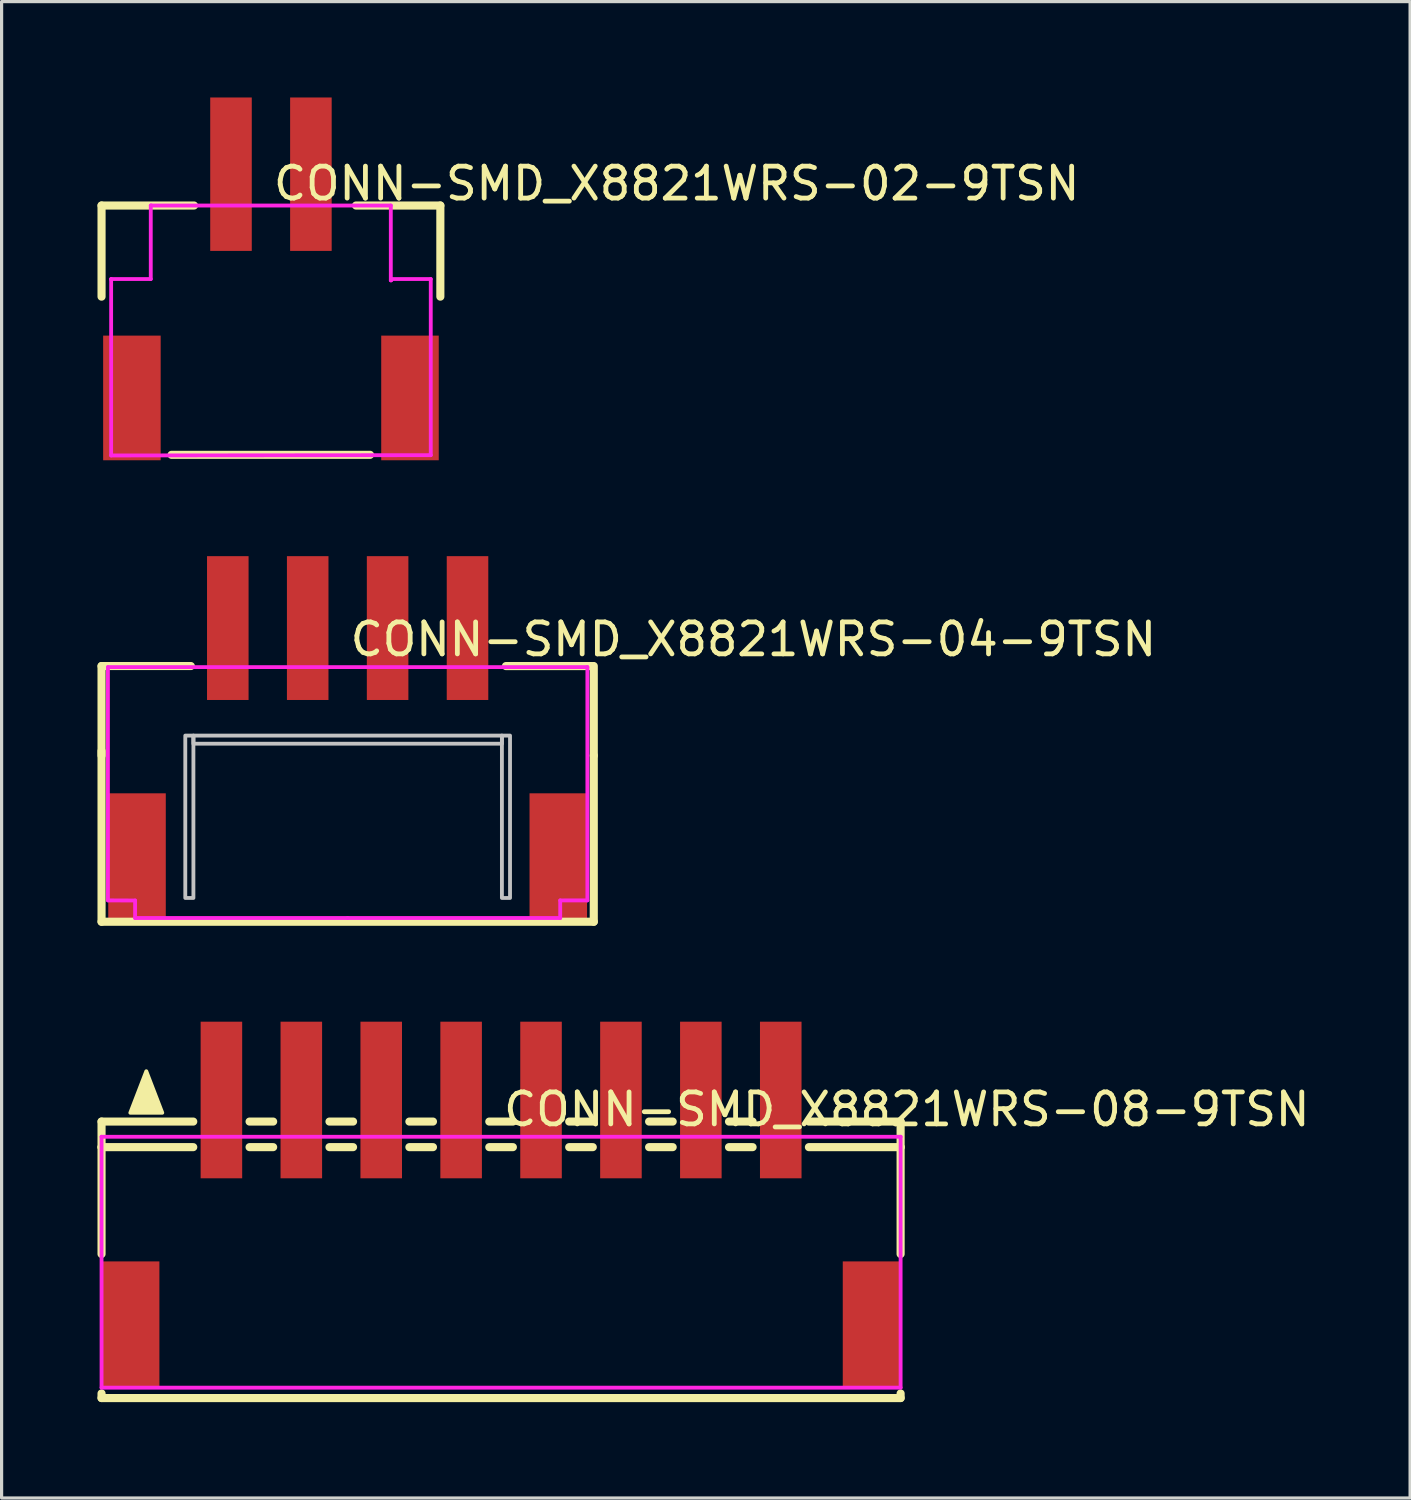
<source format=kicad_pcb>
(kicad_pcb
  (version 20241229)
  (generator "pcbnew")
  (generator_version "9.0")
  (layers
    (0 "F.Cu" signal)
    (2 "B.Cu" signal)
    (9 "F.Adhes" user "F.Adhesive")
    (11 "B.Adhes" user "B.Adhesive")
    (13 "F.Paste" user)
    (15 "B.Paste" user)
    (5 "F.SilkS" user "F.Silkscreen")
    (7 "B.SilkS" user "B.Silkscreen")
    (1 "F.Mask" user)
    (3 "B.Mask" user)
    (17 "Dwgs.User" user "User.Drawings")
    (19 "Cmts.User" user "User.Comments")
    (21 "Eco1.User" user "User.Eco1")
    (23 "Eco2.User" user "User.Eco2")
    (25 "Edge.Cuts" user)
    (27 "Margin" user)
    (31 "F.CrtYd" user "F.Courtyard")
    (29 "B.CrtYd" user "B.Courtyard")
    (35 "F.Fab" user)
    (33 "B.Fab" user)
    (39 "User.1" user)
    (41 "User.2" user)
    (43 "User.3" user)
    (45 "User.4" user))
  (footprint "CONN-SMD_X8821WRS-04-9TSN"
    (layer "F.Cu")
    (at 7.827 20.16)
    (property "Reference" "CONN-SMD_X8821WRS-04-9TSN" (at 0 -3.207 0) (layer "F.SilkS") (effects (font (size 1 1) (thickness 0.15)) (justify left)))
    (attr through_hole)
    (fp_line (start -7.7 -2.372) (end -7.7 0.429) (stroke (width 0.254) (type solid)) (layer "F.SilkS"))
    (fp_line (start -7.7 5.628) (end -7.7 0.286) (stroke (width 0.254) (type solid)) (layer "F.SilkS"))
    (fp_line (start -7.7 5.628) (end 7.7 5.628) (stroke (width 0.254) (type solid)) (layer "F.SilkS"))
    (fp_line (start -4.906 -2.372) (end -7.7 -2.372) (stroke (width 0.254) (type solid)) (layer "F.SilkS"))
    (fp_line (start 4.952 -2.371) (end 7.66 -2.371) (stroke (width 0.254) (type solid)) (layer "F.SilkS"))
    (fp_line (start 7.7 -2.372) (end 7.7 0.429) (stroke (width 0.254) (type solid)) (layer "F.SilkS"))
    (fp_line (start 7.7 5.628) (end 7.7 0.429) (stroke (width 0.254) (type solid)) (layer "F.SilkS"))
    (fp_poly (pts (xy -5.08 4.884) (xy -5.08 -0.196) (xy -4.826 -0.196) (xy -4.826 4.884)) (stroke (width 0.12) (type solid)) (fill no) (layer "Dwgs.User"))
    (fp_poly (pts (xy -4.826 -0.196) (xy 4.826 -0.196) (xy 4.826 0.058) (xy -4.826 0.058)) (stroke (width 0.12) (type solid)) (fill no) (layer "Dwgs.User"))
    (fp_poly (pts (xy 5.08 4.884) (xy 5.08 -0.196) (xy 4.826 -0.196) (xy 4.826 4.884)) (stroke (width 0.12) (type solid)) (fill no) (layer "Dwgs.User"))
    (fp_circle (center -7.5 -5.239) (end -7.47 -5.239) (stroke (width 0.06) (type solid)) (fill no) (layer "Eco2.User"))
    (fp_poly (pts (xy -6.74 1.71) (xy -6.44 1.71) (xy -6.44 5.41) (xy -6.74 5.41)) (stroke (width 0.12) (type solid)) (fill no) (layer "Eco2.User"))
    (fp_poly (pts (xy -4.07 -5.239) (xy -3.43 -5.239) (xy -3.43 -2.039) (xy -4.07 -2.039)) (stroke (width 0.12) (type solid)) (fill no) (layer "Eco2.User"))
    (fp_poly (pts (xy -1.57 -5.239) (xy -0.93 -5.239) (xy -0.93 -2.039) (xy -1.57 -2.039)) (stroke (width 0.12) (type solid)) (fill no) (layer "Eco2.User"))
    (fp_poly (pts (xy 0.93 -5.239) (xy 1.57 -5.239) (xy 1.57 -2.039) (xy 0.93 -2.039)) (stroke (width 0.12) (type solid)) (fill no) (layer "Eco2.User"))
    (fp_poly (pts (xy 3.43 -5.239) (xy 4.07 -5.239) (xy 4.07 -2.039) (xy 3.43 -2.039)) (stroke (width 0.12) (type solid)) (fill no) (layer "Eco2.User"))
    (fp_poly (pts (xy 6.44 1.71) (xy 6.74 1.71) (xy 6.74 5.41) (xy 6.44 5.41)) (stroke (width 0.12) (type solid)) (fill no) (layer "Eco2.User"))
    (fp_line (start -7.5 -2.339) (end 7.5 -2.339) (stroke (width 0.12) (type solid)) (layer "F.CrtYd"))
    (fp_line (start -7.5 4.96) (end -7.5 -2.339) (stroke (width 0.12) (type solid)) (layer "F.CrtYd"))
    (fp_line (start -6.65 4.964) (end -7.5 4.96) (stroke (width 0.12) (type solid)) (layer "F.CrtYd"))
    (fp_line (start -6.65 5.511) (end -6.65 4.964) (stroke (width 0.12) (type solid)) (layer "F.CrtYd"))
    (fp_line (start 0 5.511) (end -6.65 5.511) (stroke (width 0.12) (type solid)) (layer "F.CrtYd"))
    (fp_line (start 6.65 4.961) (end 6.65 5.511) (stroke (width 0.12) (type solid)) (layer "F.CrtYd"))
    (fp_line (start 6.65 5.511) (end 0 5.511) (stroke (width 0.12) (type solid)) (layer "F.CrtYd"))
    (fp_line (start 7.5 -2.339) (end 7.5 4.96) (stroke (width 0.12) (type solid)) (layer "F.CrtYd"))
    (fp_line (start 7.5 4.96) (end 6.65 4.961) (stroke (width 0.12) (type solid)) (layer "F.CrtYd"))
    (pad "1" smd rect (at -3.75 -3.56) (size 1.3 4.5) (layers "F.Cu" "F.Mask" "F.Paste"))
    (pad "2" smd rect (at -1.25 -3.56) (size 1.3 4.5) (layers "F.Cu" "F.Mask" "F.Paste"))
    (pad "3" smd rect (at 1.25 -3.56) (size 1.3 4.5) (layers "F.Cu" "F.Mask" "F.Paste"))
    (pad "4" smd rect (at 3.75 -3.56) (size 1.3 4.5) (layers "F.Cu" "F.Mask" "F.Paste"))
    (pad "5" smd rect (at 6.59 3.56) (size 1.8 3.9) (layers "F.Cu" "F.Mask" "F.Paste"))
    (pad "6" smd rect (at -6.59 3.56) (size 1.8 3.9) (layers "F.Cu" "F.Mask" "F.Paste")))
  (footprint "CONN-SMD_X8821WRS-02-9TSN"
    (layer "F.Cu")
    (at 5.427 5.9)
    (property "Reference" "CONN-SMD_X8821WRS-02-9TSN" (at 0 -3.207 0) (layer "F.SilkS") (effects (font (size 1 1) (thickness 0.15)) (justify left)))
    (attr through_hole)
    (fp_line (start -5.3 -2.52) (end -5.3 0.331) (stroke (width 0.254) (type solid)) (layer "F.SilkS"))
    (fp_line (start -3.11 5.28) (end 3.1 5.28) (stroke (width 0.254) (type solid)) (layer "F.SilkS"))
    (fp_line (start -2.406 -2.52) (end -5.3 -2.52) (stroke (width 0.254) (type solid)) (layer "F.SilkS"))
    (fp_line (start 2.661 -2.52) (end 5.3 -2.52) (stroke (width 0.254) (type solid)) (layer "F.SilkS"))
    (fp_line (start 5.3 -2.52) (end 5.3 0.331) (stroke (width 0.254) (type solid)) (layer "F.SilkS"))
    (fp_circle (center -5 -5.42) (end -4.97 -5.42) (stroke (width 0.06) (type solid)) (fill no) (layer "Eco2.User"))
    (fp_poly (pts (xy -4.5 2.25) (xy -4.2 2.25) (xy -4.2 4.75) (xy -4.5 4.75)) (stroke (width 0.12) (type solid)) (fill no) (layer "Eco2.User"))
    (fp_poly (pts (xy -1.57 -5.42) (xy -0.93 -5.42) (xy -0.93 -2.42) (xy -1.57 -2.42)) (stroke (width 0.12) (type solid)) (fill no) (layer "Eco2.User"))
    (fp_poly (pts (xy 0.93 -5.42) (xy 1.57 -5.42) (xy 1.57 -2.42) (xy 0.93 -2.42)) (stroke (width 0.12) (type solid)) (fill no) (layer "Eco2.User"))
    (fp_poly (pts (xy 4.2 2.25) (xy 4.5 2.25) (xy 4.5 4.75) (xy 4.2 4.75)) (stroke (width 0.12) (type solid)) (fill no) (layer "Eco2.User"))
    (fp_line (start -5 -0.22) (end -5 -0.21) (stroke (width 0.12) (type solid)) (layer "F.CrtYd"))
    (fp_line (start -5 -0.21) (end -5 5.3) (stroke (width 0.12) (type solid)) (layer "F.CrtYd"))
    (fp_line (start -5 5.3) (end 4.99 5.29) (stroke (width 0.12) (type solid)) (layer "F.CrtYd"))
    (fp_line (start -3.76 -2.52) (end -3.76 -0.22) (stroke (width 0.12) (type solid)) (layer "F.CrtYd"))
    (fp_line (start -3.76 -0.22) (end -5 -0.22) (stroke (width 0.12) (type solid)) (layer "F.CrtYd"))
    (fp_line (start -3.74 -2.52) (end -3.76 -2.52) (stroke (width 0.12) (type solid)) (layer "F.CrtYd"))
    (fp_line (start 3.75 -2.52) (end -3.74 -2.52) (stroke (width 0.12) (type solid)) (layer "F.CrtYd"))
    (fp_line (start 3.75 -0.18) (end 3.75 -2.52) (stroke (width 0.12) (type solid)) (layer "F.CrtYd"))
    (fp_line (start 3.76 -0.22) (end 3.76 -0.18) (stroke (width 0.12) (type solid)) (layer "F.CrtYd"))
    (fp_line (start 3.76 -0.18) (end 3.75 -0.18) (stroke (width 0.12) (type solid)) (layer "F.CrtYd"))
    (fp_line (start 4.99 5.29) (end 5 5.29) (stroke (width 0.12) (type solid)) (layer "F.CrtYd"))
    (fp_line (start 5 -0.22) (end 3.76 -0.22) (stroke (width 0.12) (type solid)) (layer "F.CrtYd"))
    (fp_line (start 5 5.29) (end 5 -0.22) (stroke (width 0.12) (type solid)) (layer "F.CrtYd"))
    (pad "1" smd rect (at -1.25 -3.5) (size 1.3 4.8) (layers "F.Cu" "F.Mask" "F.Paste"))
    (pad "2" smd rect (at 1.25 -3.5) (size 1.3 4.8) (layers "F.Cu" "F.Mask" "F.Paste"))
    (pad "3" smd rect (at 4.35 3.5) (size 1.8 3.9) (layers "F.Cu" "F.Mask" "F.Paste"))
    (pad "4" smd rect (at -4.35 3.5) (size 1.8 3.9) (layers "F.Cu" "F.Mask" "F.Paste")))
  (footprint "CONN-SMD_X8821WRS-08-9TSN"
    (layer "F.Cu")
    (at 12.627 34.865)
    (property "Reference" "CONN-SMD_X8821WRS-08-9TSN" (at 0 -3.207 0) (layer "F.SilkS") (effects (font (size 1 1) (thickness 0.15)) (justify left)))
    (attr through_hole)
    (fp_line (start -12.5 -2.025) (end -12.5 -2.825) (stroke (width 0.254) (type solid)) (layer "F.SilkS"))
    (fp_line (start -12.5 1.319) (end -12.5 -2.025) (stroke (width 0.254) (type solid)) (layer "F.SilkS"))
    (fp_line (start -12.5 5.825) (end -12.5 5.681) (stroke (width 0.254) (type solid)) (layer "F.SilkS"))
    (fp_line (start -9.631 -2.825) (end -12.5 -2.825) (stroke (width 0.254) (type solid)) (layer "F.SilkS"))
    (fp_line (start -9.631 -2.025) (end -12.5 -2.025) (stroke (width 0.254) (type solid)) (layer "F.SilkS"))
    (fp_line (start -7.131 -2.825) (end -7.869 -2.825) (stroke (width 0.254) (type solid)) (layer "F.SilkS"))
    (fp_line (start -7.131 -2.025) (end -7.869 -2.025) (stroke (width 0.254) (type solid)) (layer "F.SilkS"))
    (fp_line (start -4.631 -2.825) (end -5.369 -2.825) (stroke (width 0.254) (type solid)) (layer "F.SilkS"))
    (fp_line (start -4.631 -2.025) (end -5.369 -2.025) (stroke (width 0.254) (type solid)) (layer "F.SilkS"))
    (fp_line (start -2.131 -2.825) (end -2.869 -2.825) (stroke (width 0.254) (type solid)) (layer "F.SilkS"))
    (fp_line (start -2.131 -2.025) (end -2.869 -2.025) (stroke (width 0.254) (type solid)) (layer "F.SilkS"))
    (fp_line (start 0.369 -2.825) (end -0.369 -2.825) (stroke (width 0.254) (type solid)) (layer "F.SilkS"))
    (fp_line (start 0.369 -2.025) (end -0.369 -2.025) (stroke (width 0.254) (type solid)) (layer "F.SilkS"))
    (fp_line (start 2.869 -2.825) (end 2.131 -2.825) (stroke (width 0.254) (type solid)) (layer "F.SilkS"))
    (fp_line (start 2.869 -2.025) (end 2.131 -2.025) (stroke (width 0.254) (type solid)) (layer "F.SilkS"))
    (fp_line (start 5.369 -2.825) (end 4.631 -2.825) (stroke (width 0.254) (type solid)) (layer "F.SilkS"))
    (fp_line (start 5.369 -2.025) (end 4.631 -2.025) (stroke (width 0.254) (type solid)) (layer "F.SilkS"))
    (fp_line (start 7.869 -2.825) (end 7.131 -2.825) (stroke (width 0.254) (type solid)) (layer "F.SilkS"))
    (fp_line (start 7.869 -2.025) (end 7.131 -2.025) (stroke (width 0.254) (type solid)) (layer "F.SilkS"))
    (fp_line (start 12.5 -2.825) (end 9.631 -2.825) (stroke (width 0.254) (type solid)) (layer "F.SilkS"))
    (fp_line (start 12.5 -2.025) (end 9.631 -2.025) (stroke (width 0.254) (type solid)) (layer "F.SilkS"))
    (fp_line (start 12.5 -2.025) (end 12.5 -2.825) (stroke (width 0.254) (type solid)) (layer "F.SilkS"))
    (fp_line (start 12.5 -2.025) (end 12.5 1.319) (stroke (width 0.254) (type solid)) (layer "F.SilkS"))
    (fp_line (start 12.5 5.681) (end 12.5 5.825) (stroke (width 0.254) (type solid)) (layer "F.SilkS"))
    (fp_line (start 12.5 5.825) (end -12.5 5.825) (stroke (width 0.254) (type solid)) (layer "F.SilkS"))
    (fp_poly (pts (xy -11.6 -3.1) (xy -10.6 -3.1) (xy -11.1 -4.4)) (stroke (width 0.12) (type solid)) (fill yes) (layer "F.SilkS"))
    (fp_circle (center -12.5 -5.24) (end -12.47 -5.24) (stroke (width 0.06) (type solid)) (fill no) (layer "Eco2.User"))
    (fp_poly (pts (xy -11.75 2.7) (xy -11.43 2.7) (xy -11.43 5.5) (xy -11.75 5.5)) (stroke (width 0.12) (type solid)) (fill no) (layer "Eco2.User"))
    (fp_poly (pts (xy -9.07 -5.24) (xy -8.43 -5.24) (xy -8.43 -2.34) (xy -9.07 -2.34)) (stroke (width 0.12) (type solid)) (fill no) (layer "Eco2.User"))
    (fp_poly (pts (xy -6.57 -5.24) (xy -5.93 -5.24) (xy -5.93 -2.34) (xy -6.57 -2.34)) (stroke (width 0.12) (type solid)) (fill no) (layer "Eco2.User"))
    (fp_poly (pts (xy -4.07 -5.24) (xy -3.43 -5.24) (xy -3.43 -2.34) (xy -4.07 -2.34)) (stroke (width 0.12) (type solid)) (fill no) (layer "Eco2.User"))
    (fp_poly (pts (xy -1.57 -5.24) (xy -0.93 -5.24) (xy -0.93 -2.34) (xy -1.57 -2.34)) (stroke (width 0.12) (type solid)) (fill no) (layer "Eco2.User"))
    (fp_poly (pts (xy 0.93 -5.24) (xy 1.57 -5.24) (xy 1.57 -2.34) (xy 0.93 -2.34)) (stroke (width 0.12) (type solid)) (fill no) (layer "Eco2.User"))
    (fp_poly (pts (xy 3.43 -5.24) (xy 4.07 -5.24) (xy 4.07 -2.34) (xy 3.43 -2.34)) (stroke (width 0.12) (type solid)) (fill no) (layer "Eco2.User"))
    (fp_poly (pts (xy 5.93 -5.24) (xy 6.57 -5.24) (xy 6.57 -2.34) (xy 5.93 -2.34)) (stroke (width 0.12) (type solid)) (fill no) (layer "Eco2.User"))
    (fp_poly (pts (xy 8.43 -5.24) (xy 9.07 -5.24) (xy 9.07 -2.34) (xy 8.43 -2.34)) (stroke (width 0.12) (type solid)) (fill no) (layer "Eco2.User"))
    (fp_poly (pts (xy 11.43 2.7) (xy 11.75 2.7) (xy 11.75 5.5) (xy 11.43 5.5)) (stroke (width 0.12) (type solid)) (fill no) (layer "Eco2.User"))
    (fp_line (start -12.5 -2.35) (end 12.5 -2.35) (stroke (width 0.12) (type solid)) (layer "F.CrtYd"))
    (fp_line (start -12.5 5.5) (end -12.5 -2.35) (stroke (width 0.12) (type solid)) (layer "F.CrtYd"))
    (fp_line (start 12.5 -2.35) (end 12.5 5.5) (stroke (width 0.12) (type solid)) (layer "F.CrtYd"))
    (fp_line (start 12.5 5.5) (end -12.5 5.5) (stroke (width 0.12) (type solid)) (layer "F.CrtYd"))
    (pad "1" smd rect (at -8.75 -3.5) (size 1.3 4.9) (layers "F.Cu" "F.Mask" "F.Paste"))
    (pad "2" smd rect (at -6.25 -3.5) (size 1.3 4.9) (layers "F.Cu" "F.Mask" "F.Paste"))
    (pad "3" smd rect (at -3.75 -3.5) (size 1.3 4.9) (layers "F.Cu" "F.Mask" "F.Paste"))
    (pad "4" smd rect (at -1.25 -3.5) (size 1.3 4.9) (layers "F.Cu" "F.Mask" "F.Paste"))
    (pad "5" smd rect (at 1.25 -3.5) (size 1.3 4.9) (layers "F.Cu" "F.Mask" "F.Paste"))
    (pad "6" smd rect (at 3.75 -3.5) (size 1.3 4.9) (layers "F.Cu" "F.Mask" "F.Paste"))
    (pad "7" smd rect (at 6.25 -3.5) (size 1.3 4.9) (layers "F.Cu" "F.Mask" "F.Paste"))
    (pad "8" smd rect (at 8.75 -3.5) (size 1.3 4.9) (layers "F.Cu" "F.Mask" "F.Paste"))
    (pad "9" smd rect (at 11.59 3.5) (size 1.8 3.9) (layers "F.Cu" "F.Mask" "F.Paste"))
    (pad "10" smd rect (at -11.59 3.5) (size 1.8 3.9) (layers "F.Cu" "F.Mask" "F.Paste")))
  (gr_rect
    (start -3 -3)
    (end 41.067 43.817)
    (stroke (width 0.1) (type default))
    (fill no)
    (layer "Edge.Cuts")))
</source>
